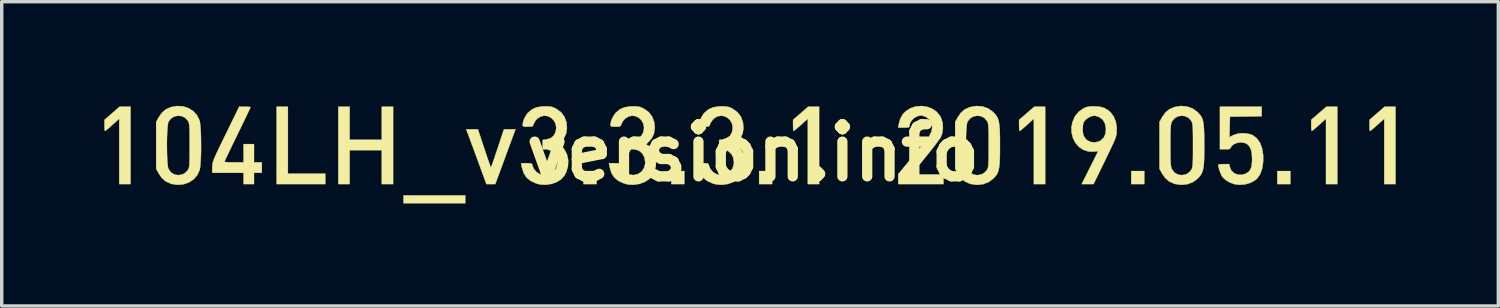
<source format=kicad_pcb>
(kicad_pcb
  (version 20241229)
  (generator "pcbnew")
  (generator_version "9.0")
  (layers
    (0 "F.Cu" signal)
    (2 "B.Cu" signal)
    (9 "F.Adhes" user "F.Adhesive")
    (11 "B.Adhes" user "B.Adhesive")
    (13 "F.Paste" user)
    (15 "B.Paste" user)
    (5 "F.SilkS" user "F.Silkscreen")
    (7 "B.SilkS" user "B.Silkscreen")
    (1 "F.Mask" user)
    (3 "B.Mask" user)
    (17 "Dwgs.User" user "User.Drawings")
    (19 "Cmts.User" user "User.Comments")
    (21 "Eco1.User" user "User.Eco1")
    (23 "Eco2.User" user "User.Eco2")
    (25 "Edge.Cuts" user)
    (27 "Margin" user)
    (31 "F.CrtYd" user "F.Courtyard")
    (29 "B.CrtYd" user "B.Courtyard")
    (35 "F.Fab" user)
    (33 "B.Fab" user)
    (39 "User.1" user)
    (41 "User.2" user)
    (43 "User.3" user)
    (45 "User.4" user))
  (footprint "version.info"
    (layer "F.Cu")
    (at 18.972 1.418)
    (property "Reference" "version.info" (at 0 0 0) (layer "F.SilkS") (effects (font (size 1.524 1.524) (thickness 0.3))))
    (attr through_hole)
    (fp_poly (pts (xy -8.416 1.475) (xy -10.221 1.475) (xy -10.221 1.246) (xy -8.416 1.246) (xy -8.416 1.475)) (stroke (width 0.01) (type solid)) (fill yes) (layer "F.SilkS"))
    (fp_poly (pts (xy -4.577 0.915) (xy -4.958 0.915) (xy -4.958 0.534) (xy -4.577 0.534) (xy -4.577 0.915)) (stroke (width 0.01) (type solid)) (fill yes) (layer "F.SilkS"))
    (fp_poly (pts (xy -2.009 0.915) (xy -2.39 0.915) (xy -2.39 0.534) (xy -2.009 0.534) (xy -2.009 0.915)) (stroke (width 0.01) (type solid)) (fill yes) (layer "F.SilkS"))
    (fp_poly (pts (xy 0.559 0.915) (xy 0.178 0.915) (xy 0.178 0.534) (xy 0.559 0.534) (xy 0.559 0.915)) (stroke (width 0.01) (type solid)) (fill yes) (layer "F.SilkS"))
    (fp_poly (pts (xy 11.441 0.915) (xy 11.06 0.915) (xy 11.06 0.534) (xy 11.441 0.534) (xy 11.441 0.915)) (stroke (width 0.01) (type solid)) (fill yes) (layer "F.SilkS"))
    (fp_poly (pts (xy 15.713 0.915) (xy 15.332 0.915) (xy 15.332 0.534) (xy 15.713 0.534) (xy 15.713 0.915)) (stroke (width 0.01) (type solid)) (fill yes) (layer "F.SilkS"))
    (fp_poly (pts (xy -13.603 0.61) (xy -12.509 0.61) (xy -12.509 0.915) (xy -13.933 0.915) (xy -13.933 -1.348) (xy -13.603 -1.348) (xy -13.603 0.61)) (stroke (width 0.01) (type solid)) (fill yes) (layer "F.SilkS"))
    (fp_poly (pts (xy -11.797 -0.381) (xy -10.857 -0.381) (xy -10.857 -1.348) (xy -10.526 -1.348) (xy -10.526 0.915) (xy -10.857 0.915) (xy -10.857 -0.076) (xy -11.797 -0.076) (xy -11.797 0.915) (xy -12.128 0.915) (xy -12.128 -1.348) (xy -11.797 -1.348) (xy -11.797 -0.381)) (stroke (width 0.01) (type solid)) (fill yes) (layer "F.SilkS"))
    (fp_poly (pts (xy -18.205 0.915) (xy -18.535 0.915) (xy -18.535 -0.997) (xy -18.736 -0.816) (xy -18.819 -0.742) (xy -18.889 -0.683) (xy -18.936 -0.645) (xy -18.952 -0.636) (xy -18.96 -0.659) (xy -18.965 -0.719) (xy -18.967 -0.8) (xy -18.967 -0.964) (xy -18.745 -1.156) (xy -18.523 -1.348) (xy -18.205 -1.348) (xy -18.205 0.915)) (stroke (width 0.01) (type solid)) (fill yes) (layer "F.SilkS"))
    (fp_poly (pts (xy 1.932 0.915) (xy 1.602 0.915) (xy 1.602 -0.997) (xy 1.401 -0.816) (xy 1.318 -0.742) (xy 1.248 -0.683) (xy 1.201 -0.645) (xy 1.185 -0.636) (xy 1.177 -0.659) (xy 1.172 -0.719) (xy 1.17 -0.8) (xy 1.17 -0.964) (xy 1.392 -1.156) (xy 1.614 -1.348) (xy 1.932 -1.348) (xy 1.932 0.915)) (stroke (width 0.01) (type solid)) (fill yes) (layer "F.SilkS"))
    (fp_poly (pts (xy 8.543 0.915) (xy 8.212 0.915) (xy 8.212 -0.997) (xy 8.012 -0.816) (xy 7.928 -0.742) (xy 7.859 -0.683) (xy 7.812 -0.645) (xy 7.796 -0.636) (xy 7.788 -0.659) (xy 7.782 -0.719) (xy 7.78 -0.8) (xy 7.78 -0.964) (xy 8.002 -1.156) (xy 8.225 -1.348) (xy 8.543 -1.348) (xy 8.543 0.915)) (stroke (width 0.01) (type solid)) (fill yes) (layer "F.SilkS"))
    (fp_poly (pts (xy 17.086 0.915) (xy 16.755 0.915) (xy 16.755 -0.997) (xy 16.555 -0.816) (xy 16.471 -0.742) (xy 16.402 -0.683) (xy 16.354 -0.645) (xy 16.339 -0.636) (xy 16.331 -0.659) (xy 16.325 -0.719) (xy 16.323 -0.8) (xy 16.323 -0.964) (xy 16.545 -1.156) (xy 16.767 -1.348) (xy 17.086 -1.348) (xy 17.086 0.915)) (stroke (width 0.01) (type solid)) (fill yes) (layer "F.SilkS"))
    (fp_poly (pts (xy 18.789 0.915) (xy 18.459 0.915) (xy 18.459 -0.997) (xy 18.258 -0.816) (xy 18.175 -0.742) (xy 18.105 -0.683) (xy 18.058 -0.645) (xy 18.042 -0.636) (xy 18.034 -0.659) (xy 18.029 -0.719) (xy 18.027 -0.8) (xy 18.027 -0.964) (xy 18.249 -1.156) (xy 18.471 -1.348) (xy 18.789 -1.348) (xy 18.789 0.915)) (stroke (width 0.01) (type solid)) (fill yes) (layer "F.SilkS"))
    (fp_poly (pts (xy -7.86 -0.127) (xy -7.807 0.031) (xy -7.76 0.173) (xy -7.719 0.29) (xy -7.688 0.376) (xy -7.67 0.424) (xy -7.666 0.432) (xy -7.656 0.409) (xy -7.632 0.345) (xy -7.597 0.245) (xy -7.553 0.117) (xy -7.503 -0.032) (xy -7.471 -0.127) (xy -7.285 -0.686) (xy -6.947 -0.686) (xy -7.123 -0.21) (xy -7.188 -0.035) (xy -7.256 0.15) (xy -7.322 0.33) (xy -7.381 0.49) (xy -7.418 0.591) (xy -7.538 0.915) (xy -7.798 0.915) (xy -8.047 0.235) (xy -8.114 0.053) (xy -8.177 -0.12) (xy -8.235 -0.275) (xy -8.283 -0.406) (xy -8.32 -0.504) (xy -8.342 -0.563) (xy -8.343 -0.566) (xy -8.39 -0.686) (xy -8.046 -0.686) (xy -7.86 -0.127)) (stroke (width 0.01) (type solid)) (fill yes) (layer "F.SilkS"))
    (fp_poly (pts (xy -14.777 -1.345) (xy -14.718 -1.34) (xy -14.696 -1.333) (xy -14.707 -1.307) (xy -14.737 -1.242) (xy -14.785 -1.141) (xy -14.847 -1.011) (xy -14.922 -0.856) (xy -15.006 -0.682) (xy -15.077 -0.536) (xy -15.167 -0.352) (xy -15.249 -0.182) (xy -15.322 -0.031) (xy -15.381 0.093) (xy -15.426 0.188) (xy -15.452 0.246) (xy -15.459 0.263) (xy -15.435 0.269) (xy -15.371 0.275) (xy -15.276 0.279) (xy -15.179 0.28) (xy -14.899 0.28) (xy -14.899 -0.254) (xy -14.594 -0.254) (xy -14.594 0.28) (xy -14.365 0.28) (xy -14.365 0.585) (xy -14.594 0.585) (xy -14.594 0.915) (xy -14.899 0.915) (xy -14.899 0.585) (xy -15.815 0.585) (xy -15.815 0.424) (xy -15.814 0.379) (xy -15.81 0.338) (xy -15.802 0.293) (xy -15.786 0.24) (xy -15.76 0.173) (xy -15.723 0.087) (xy -15.672 -0.024) (xy -15.605 -0.164) (xy -15.52 -0.339) (xy -15.421 -0.543) (xy -15.027 -1.348) (xy -14.861 -1.348) (xy -14.777 -1.345)) (stroke (width 0.01) (type solid)) (fill yes) (layer "F.SilkS"))
    (fp_poly (pts (xy 9.979 -1.359) (xy 10.144 -1.347) (xy 10.277 -1.309) (xy 10.392 -1.239) (xy 10.46 -1.178) (xy 10.549 -1.058) (xy 10.608 -0.908) (xy 10.637 -0.74) (xy 10.632 -0.567) (xy 10.605 -0.445) (xy 10.585 -0.395) (xy 10.547 -0.307) (xy 10.492 -0.188) (xy 10.424 -0.044) (xy 10.347 0.116) (xy 10.265 0.286) (xy 9.957 0.915) (xy 9.611 0.915) (xy 9.852 0.433) (xy 10.093 -0.048) (xy 9.97 -0.034) (xy 9.808 -0.038) (xy 9.661 -0.085) (xy 9.534 -0.17) (xy 9.431 -0.285) (xy 9.357 -0.426) (xy 9.316 -0.585) (xy 9.313 -0.741) (xy 9.641 -0.741) (xy 9.643 -0.597) (xy 9.673 -0.487) (xy 9.737 -0.397) (xy 9.769 -0.368) (xy 9.864 -0.319) (xy 9.979 -0.304) (xy 10.097 -0.325) (xy 10.165 -0.357) (xy 10.253 -0.439) (xy 10.305 -0.554) (xy 10.319 -0.698) (xy 10.317 -0.731) (xy 10.288 -0.867) (xy 10.225 -0.969) (xy 10.122 -1.045) (xy 10.11 -1.051) (xy 9.993 -1.085) (xy 9.878 -1.067) (xy 9.765 -0.999) (xy 9.744 -0.981) (xy 9.692 -0.928) (xy 9.662 -0.877) (xy 9.648 -0.809) (xy 9.641 -0.741) (xy 9.313 -0.741) (xy 9.313 -0.756) (xy 9.342 -0.901) (xy 9.416 -1.07) (xy 9.524 -1.202) (xy 9.644 -1.287) (xy 9.72 -1.325) (xy 9.788 -1.347) (xy 9.867 -1.357) (xy 9.977 -1.359) (xy 9.979 -1.359)) (stroke (width 0.01) (type solid)) (fill yes) (layer "F.SilkS"))
    (fp_poly (pts (xy 5.085 -1.347) (xy 5.235 -1.291) (xy 5.366 -1.201) (xy 5.468 -1.08) (xy 5.501 -1.017) (xy 5.543 -0.873) (xy 5.553 -0.716) (xy 5.531 -0.563) (xy 5.487 -0.451) (xy 5.453 -0.399) (xy 5.391 -0.315) (xy 5.309 -0.206) (xy 5.21 -0.08) (xy 5.101 0.057) (xy 5.038 0.134) (xy 4.93 0.267) (xy 4.834 0.386) (xy 4.754 0.487) (xy 4.695 0.563) (xy 4.66 0.609) (xy 4.653 0.621) (xy 4.677 0.626) (xy 4.744 0.63) (xy 4.846 0.633) (xy 4.974 0.635) (xy 5.111 0.636) (xy 5.568 0.636) (xy 5.568 0.915) (xy 4.246 0.915) (xy 4.247 0.769) (xy 4.248 0.623) (xy 4.669 0.114) (xy 4.788 -0.029) (xy 4.899 -0.167) (xy 4.998 -0.29) (xy 5.08 -0.394) (xy 5.138 -0.47) (xy 5.164 -0.507) (xy 5.223 -0.635) (xy 5.239 -0.762) (xy 5.214 -0.88) (xy 5.151 -0.979) (xy 5.052 -1.051) (xy 5.014 -1.067) (xy 4.938 -1.089) (xy 4.876 -1.089) (xy 4.8 -1.067) (xy 4.706 -1.015) (xy 4.63 -0.937) (xy 4.585 -0.848) (xy 4.577 -0.797) (xy 4.573 -0.765) (xy 4.555 -0.747) (xy 4.512 -0.739) (xy 4.431 -0.737) (xy 4.41 -0.737) (xy 4.244 -0.737) (xy 4.261 -0.833) (xy 4.307 -0.999) (xy 4.382 -1.13) (xy 4.458 -1.209) (xy 4.6 -1.302) (xy 4.758 -1.354) (xy 4.923 -1.369) (xy 5.085 -1.347)) (stroke (width 0.01) (type solid)) (fill yes) (layer "F.SilkS"))
    (fp_poly (pts (xy 14.874 -1.069) (xy 14.41 -1.062) (xy 13.946 -1.055) (xy 13.939 -0.756) (xy 13.932 -0.458) (xy 14.04 -0.515) (xy 14.17 -0.559) (xy 14.32 -0.574) (xy 14.472 -0.56) (xy 14.605 -0.518) (xy 14.615 -0.513) (xy 14.735 -0.422) (xy 14.826 -0.291) (xy 14.888 -0.125) (xy 14.918 0.072) (xy 14.917 0.271) (xy 14.888 0.467) (xy 14.831 0.624) (xy 14.744 0.748) (xy 14.699 0.79) (xy 14.563 0.872) (xy 14.4 0.922) (xy 14.226 0.937) (xy 14.073 0.917) (xy 13.94 0.869) (xy 13.82 0.796) (xy 13.731 0.71) (xy 13.718 0.692) (xy 13.676 0.61) (xy 13.637 0.506) (xy 13.61 0.405) (xy 13.603 0.35) (xy 13.626 0.34) (xy 13.686 0.333) (xy 13.765 0.331) (xy 13.927 0.331) (xy 13.944 0.418) (xy 13.986 0.518) (xy 14.064 0.593) (xy 14.166 0.637) (xy 14.282 0.645) (xy 14.399 0.615) (xy 14.484 0.564) (xy 14.542 0.495) (xy 14.577 0.399) (xy 14.592 0.266) (xy 14.594 0.18) (xy 14.586 0.02) (xy 14.56 -0.101) (xy 14.513 -0.191) (xy 14.454 -0.25) (xy 14.369 -0.291) (xy 14.266 -0.304) (xy 14.161 -0.291) (xy 14.066 -0.255) (xy 13.997 -0.199) (xy 13.972 -0.154) (xy 13.955 -0.124) (xy 13.922 -0.108) (xy 13.858 -0.102) (xy 13.804 -0.102) (xy 13.653 -0.102) (xy 13.653 -1.348) (xy 14.874 -1.348) (xy 14.874 -1.069)) (stroke (width 0.01) (type solid)) (fill yes) (layer "F.SilkS"))
    (fp_poly (pts (xy -16.668 -1.357) (xy -16.509 -1.305) (xy -16.371 -1.219) (xy -16.262 -1.1) (xy -16.189 -0.953) (xy -16.185 -0.938) (xy -16.17 -0.857) (xy -16.158 -0.736) (xy -16.149 -0.583) (xy -16.144 -0.41) (xy -16.142 -0.226) (xy -16.143 -0.042) (xy -16.148 0.133) (xy -16.157 0.288) (xy -16.168 0.413) (xy -16.183 0.5) (xy -16.185 0.506) (xy -16.254 0.655) (xy -16.36 0.776) (xy -16.496 0.866) (xy -16.653 0.921) (xy -16.824 0.937) (xy -17.001 0.912) (xy -17.029 0.903) (xy -17.176 0.836) (xy -17.295 0.73) (xy -17.379 0.607) (xy -17.455 0.47) (xy -17.455 -0.291) (xy -17.141 -0.291) (xy -17.141 -0.119) (xy -17.137 0.048) (xy -17.131 0.2) (xy -17.122 0.328) (xy -17.11 0.423) (xy -17.096 0.471) (xy -17.023 0.573) (xy -16.923 0.635) (xy -16.804 0.655) (xy -16.677 0.629) (xy -16.666 0.624) (xy -16.592 0.577) (xy -16.531 0.51) (xy -16.527 0.504) (xy -16.511 0.475) (xy -16.499 0.442) (xy -16.49 0.398) (xy -16.484 0.337) (xy -16.48 0.252) (xy -16.477 0.137) (xy -16.476 -0.016) (xy -16.476 -0.213) (xy -16.476 -0.216) (xy -16.476 -0.414) (xy -16.477 -0.567) (xy -16.479 -0.683) (xy -16.484 -0.768) (xy -16.49 -0.83) (xy -16.499 -0.873) (xy -16.511 -0.906) (xy -16.527 -0.936) (xy -16.527 -0.936) (xy -16.606 -1.023) (xy -16.708 -1.072) (xy -16.819 -1.084) (xy -16.928 -1.06) (xy -17.024 -1.001) (xy -17.095 -0.907) (xy -17.096 -0.904) (xy -17.111 -0.845) (xy -17.123 -0.745) (xy -17.132 -0.613) (xy -17.138 -0.459) (xy -17.141 -0.291) (xy -17.455 -0.291) (xy -17.455 -0.903) (xy -17.379 -1.039) (xy -17.282 -1.178) (xy -17.164 -1.275) (xy -17.019 -1.337) (xy -16.841 -1.368) (xy -16.668 -1.357)) (stroke (width 0.01) (type solid)) (fill yes) (layer "F.SilkS"))
    (fp_poly (pts (xy 6.711 -1.355) (xy 6.876 -1.297) (xy 7.018 -1.195) (xy 7.031 -1.183) (xy 7.085 -1.124) (xy 7.129 -1.065) (xy 7.162 -0.998) (xy 7.186 -0.918) (xy 7.202 -0.816) (xy 7.213 -0.688) (xy 7.219 -0.524) (xy 7.221 -0.32) (xy 7.221 -0.216) (xy 7.22 0.008) (xy 7.216 0.189) (xy 7.208 0.332) (xy 7.194 0.444) (xy 7.173 0.533) (xy 7.144 0.605) (xy 7.106 0.666) (xy 7.056 0.725) (xy 7.031 0.751) (xy 6.892 0.855) (xy 6.73 0.918) (xy 6.553 0.938) (xy 6.371 0.913) (xy 6.337 0.903) (xy 6.19 0.836) (xy 6.071 0.73) (xy 5.987 0.607) (xy 5.911 0.47) (xy 5.911 -0.291) (xy 6.225 -0.291) (xy 6.225 -0.119) (xy 6.229 0.048) (xy 6.235 0.2) (xy 6.244 0.328) (xy 6.256 0.423) (xy 6.27 0.471) (xy 6.343 0.573) (xy 6.443 0.635) (xy 6.562 0.655) (xy 6.689 0.629) (xy 6.7 0.624) (xy 6.773 0.577) (xy 6.835 0.51) (xy 6.839 0.504) (xy 6.855 0.475) (xy 6.867 0.442) (xy 6.876 0.398) (xy 6.882 0.337) (xy 6.886 0.252) (xy 6.889 0.137) (xy 6.89 -0.016) (xy 6.89 -0.213) (xy 6.89 -0.216) (xy 6.89 -0.414) (xy 6.889 -0.567) (xy 6.886 -0.683) (xy 6.882 -0.768) (xy 6.876 -0.83) (xy 6.867 -0.873) (xy 6.855 -0.906) (xy 6.839 -0.936) (xy 6.839 -0.936) (xy 6.76 -1.023) (xy 6.658 -1.072) (xy 6.547 -1.084) (xy 6.438 -1.06) (xy 6.342 -1.001) (xy 6.271 -0.907) (xy 6.27 -0.904) (xy 6.255 -0.845) (xy 6.243 -0.745) (xy 6.234 -0.613) (xy 6.228 -0.459) (xy 6.225 -0.291) (xy 5.911 -0.291) (xy 5.911 -0.903) (xy 5.987 -1.039) (xy 6.084 -1.178) (xy 6.202 -1.275) (xy 6.347 -1.337) (xy 6.532 -1.369) (xy 6.711 -1.355)) (stroke (width 0.01) (type solid)) (fill yes) (layer "F.SilkS"))
    (fp_poly (pts (xy 12.686 -1.355) (xy 12.851 -1.297) (xy 12.993 -1.195) (xy 13.006 -1.183) (xy 13.06 -1.124) (xy 13.104 -1.065) (xy 13.137 -0.998) (xy 13.161 -0.918) (xy 13.177 -0.816) (xy 13.188 -0.688) (xy 13.193 -0.524) (xy 13.196 -0.32) (xy 13.196 -0.216) (xy 13.195 0.008) (xy 13.191 0.189) (xy 13.183 0.332) (xy 13.169 0.444) (xy 13.148 0.533) (xy 13.119 0.605) (xy 13.081 0.666) (xy 13.031 0.725) (xy 13.006 0.751) (xy 12.867 0.855) (xy 12.705 0.918) (xy 12.528 0.938) (xy 12.346 0.913) (xy 12.312 0.903) (xy 12.165 0.836) (xy 12.046 0.73) (xy 11.962 0.607) (xy 11.886 0.47) (xy 11.886 -0.216) (xy 12.204 -0.216) (xy 12.205 -0.017) (xy 12.207 0.138) (xy 12.21 0.256) (xy 12.216 0.342) (xy 12.224 0.404) (xy 12.235 0.448) (xy 12.245 0.471) (xy 12.318 0.573) (xy 12.418 0.635) (xy 12.536 0.655) (xy 12.664 0.629) (xy 12.675 0.624) (xy 12.748 0.577) (xy 12.81 0.51) (xy 12.814 0.504) (xy 12.83 0.475) (xy 12.842 0.442) (xy 12.851 0.398) (xy 12.857 0.337) (xy 12.861 0.252) (xy 12.864 0.137) (xy 12.865 -0.016) (xy 12.865 -0.213) (xy 12.865 -0.216) (xy 12.865 -0.414) (xy 12.864 -0.567) (xy 12.861 -0.683) (xy 12.857 -0.768) (xy 12.851 -0.83) (xy 12.842 -0.873) (xy 12.83 -0.906) (xy 12.814 -0.936) (xy 12.814 -0.936) (xy 12.734 -1.023) (xy 12.633 -1.072) (xy 12.522 -1.084) (xy 12.413 -1.06) (xy 12.317 -1.001) (xy 12.246 -0.907) (xy 12.245 -0.904) (xy 12.231 -0.868) (xy 12.221 -0.818) (xy 12.214 -0.749) (xy 12.209 -0.653) (xy 12.206 -0.524) (xy 12.204 -0.356) (xy 12.204 -0.216) (xy 11.886 -0.216) (xy 11.886 -0.903) (xy 11.962 -1.039) (xy 12.059 -1.178) (xy 12.177 -1.275) (xy 12.322 -1.337) (xy 12.507 -1.369) (xy 12.686 -1.355)) (stroke (width 0.01) (type solid)) (fill yes) (layer "F.SilkS"))
    (fp_poly (pts (xy -5.978 -1.356) (xy -5.897 -1.346) (xy -5.828 -1.323) (xy -5.754 -1.286) (xy -5.613 -1.183) (xy -5.514 -1.052) (xy -5.457 -0.893) (xy -5.442 -0.725) (xy -5.464 -0.568) (xy -5.528 -0.427) (xy -5.62 -0.321) (xy -5.67 -0.274) (xy -5.683 -0.245) (xy -5.668 -0.227) (xy -5.626 -0.207) (xy -5.613 -0.204) (xy -5.588 -0.185) (xy -5.547 -0.136) (xy -5.519 -0.1) (xy -5.441 0.05) (xy -5.405 0.217) (xy -5.412 0.391) (xy -5.461 0.562) (xy -5.516 0.667) (xy -5.612 0.775) (xy -5.743 0.857) (xy -5.898 0.912) (xy -6.064 0.936) (xy -6.232 0.926) (xy -6.344 0.896) (xy -6.506 0.821) (xy -6.626 0.722) (xy -6.708 0.594) (xy -6.758 0.431) (xy -6.761 0.419) (xy -6.782 0.305) (xy -6.623 0.305) (xy -6.536 0.306) (xy -6.487 0.314) (xy -6.463 0.332) (xy -6.452 0.368) (xy -6.45 0.378) (xy -6.407 0.479) (xy -6.328 0.567) (xy -6.228 0.627) (xy -6.2 0.637) (xy -6.061 0.652) (xy -5.936 0.623) (xy -5.834 0.555) (xy -5.76 0.455) (xy -5.724 0.328) (xy -5.721 0.28) (xy -5.742 0.141) (xy -5.801 0.028) (xy -5.891 -0.053) (xy -6.008 -0.096) (xy -6.07 -0.102) (xy -6.153 -0.102) (xy -6.153 -0.375) (xy -6.047 -0.389) (xy -5.922 -0.426) (xy -5.831 -0.499) (xy -5.775 -0.607) (xy -5.755 -0.734) (xy -5.775 -0.849) (xy -5.826 -0.946) (xy -5.903 -1.021) (xy -5.997 -1.069) (xy -6.1 -1.085) (xy -6.205 -1.064) (xy -6.304 -1.003) (xy -6.343 -0.963) (xy -6.39 -0.896) (xy -6.42 -0.832) (xy -6.423 -0.824) (xy -6.436 -0.79) (xy -6.462 -0.771) (xy -6.515 -0.764) (xy -6.588 -0.763) (xy -6.671 -0.764) (xy -6.716 -0.771) (xy -6.734 -0.791) (xy -6.737 -0.827) (xy -6.737 -0.833) (xy -6.72 -0.924) (xy -6.676 -1.03) (xy -6.615 -1.13) (xy -6.579 -1.174) (xy -6.463 -1.27) (xy -6.327 -1.33) (xy -6.16 -1.356) (xy -6.089 -1.359) (xy -5.978 -1.356)) (stroke (width 0.01) (type solid)) (fill yes) (layer "F.SilkS"))
    (fp_poly (pts (xy -3.41 -1.356) (xy -3.329 -1.346) (xy -3.26 -1.323) (xy -3.186 -1.286) (xy -3.045 -1.183) (xy -2.946 -1.052) (xy -2.889 -0.893) (xy -2.874 -0.725) (xy -2.896 -0.568) (xy -2.96 -0.427) (xy -3.052 -0.321) (xy -3.102 -0.274) (xy -3.115 -0.245) (xy -3.1 -0.227) (xy -3.058 -0.207) (xy -3.045 -0.204) (xy -3.02 -0.185) (xy -2.979 -0.136) (xy -2.951 -0.1) (xy -2.873 0.05) (xy -2.837 0.217) (xy -2.844 0.391) (xy -2.893 0.562) (xy -2.948 0.667) (xy -3.044 0.775) (xy -3.175 0.857) (xy -3.33 0.912) (xy -3.497 0.936) (xy -3.664 0.926) (xy -3.776 0.896) (xy -3.938 0.821) (xy -4.058 0.722) (xy -4.14 0.594) (xy -4.19 0.431) (xy -4.193 0.419) (xy -4.214 0.305) (xy -4.055 0.305) (xy -3.968 0.306) (xy -3.919 0.314) (xy -3.895 0.332) (xy -3.884 0.368) (xy -3.882 0.378) (xy -3.839 0.479) (xy -3.76 0.567) (xy -3.66 0.627) (xy -3.632 0.637) (xy -3.493 0.652) (xy -3.368 0.623) (xy -3.266 0.555) (xy -3.192 0.455) (xy -3.156 0.328) (xy -3.153 0.28) (xy -3.174 0.141) (xy -3.233 0.028) (xy -3.323 -0.053) (xy -3.44 -0.096) (xy -3.502 -0.102) (xy -3.585 -0.102) (xy -3.585 -0.375) (xy -3.479 -0.389) (xy -3.354 -0.426) (xy -3.263 -0.499) (xy -3.207 -0.607) (xy -3.187 -0.734) (xy -3.207 -0.849) (xy -3.259 -0.946) (xy -3.335 -1.021) (xy -3.429 -1.069) (xy -3.532 -1.085) (xy -3.637 -1.064) (xy -3.736 -1.003) (xy -3.775 -0.963) (xy -3.822 -0.896) (xy -3.852 -0.832) (xy -3.855 -0.824) (xy -3.868 -0.79) (xy -3.894 -0.771) (xy -3.947 -0.764) (xy -4.02 -0.763) (xy -4.103 -0.764) (xy -4.148 -0.771) (xy -4.166 -0.791) (xy -4.169 -0.827) (xy -4.169 -0.833) (xy -4.152 -0.924) (xy -4.108 -1.03) (xy -4.047 -1.13) (xy -4.011 -1.174) (xy -3.895 -1.27) (xy -3.759 -1.33) (xy -3.592 -1.356) (xy -3.521 -1.359) (xy -3.41 -1.356)) (stroke (width 0.01) (type solid)) (fill yes) (layer "F.SilkS"))
    (fp_poly (pts (xy -0.816 -1.356) (xy -0.736 -1.346) (xy -0.666 -1.323) (xy -0.592 -1.286) (xy -0.451 -1.183) (xy -0.353 -1.052) (xy -0.296 -0.893) (xy -0.28 -0.725) (xy -0.303 -0.568) (xy -0.366 -0.427) (xy -0.458 -0.321) (xy -0.509 -0.274) (xy -0.522 -0.245) (xy -0.507 -0.227) (xy -0.465 -0.207) (xy -0.451 -0.204) (xy -0.427 -0.185) (xy -0.385 -0.136) (xy -0.358 -0.1) (xy -0.279 0.05) (xy -0.244 0.217) (xy -0.25 0.391) (xy -0.299 0.562) (xy -0.355 0.667) (xy -0.451 0.775) (xy -0.582 0.857) (xy -0.736 0.912) (xy -0.903 0.936) (xy -1.071 0.926) (xy -1.183 0.896) (xy -1.345 0.821) (xy -1.464 0.722) (xy -1.547 0.594) (xy -1.597 0.431) (xy -1.599 0.419) (xy -1.621 0.305) (xy -1.462 0.305) (xy -1.375 0.306) (xy -1.326 0.314) (xy -1.302 0.332) (xy -1.29 0.368) (xy -1.289 0.378) (xy -1.245 0.479) (xy -1.166 0.567) (xy -1.067 0.627) (xy -1.038 0.637) (xy -0.9 0.652) (xy -0.775 0.623) (xy -0.672 0.555) (xy -0.599 0.455) (xy -0.562 0.328) (xy -0.559 0.28) (xy -0.58 0.141) (xy -0.639 0.028) (xy -0.73 -0.053) (xy -0.847 -0.096) (xy -0.909 -0.102) (xy -0.992 -0.102) (xy -0.992 -0.375) (xy -0.886 -0.389) (xy -0.76 -0.426) (xy -0.67 -0.499) (xy -0.614 -0.607) (xy -0.594 -0.734) (xy -0.613 -0.849) (xy -0.665 -0.946) (xy -0.742 -1.021) (xy -0.835 -1.069) (xy -0.938 -1.085) (xy -1.043 -1.064) (xy -1.143 -1.003) (xy -1.181 -0.963) (xy -1.228 -0.896) (xy -1.259 -0.832) (xy -1.261 -0.824) (xy -1.275 -0.79) (xy -1.301 -0.771) (xy -1.354 -0.764) (xy -1.427 -0.763) (xy -1.51 -0.764) (xy -1.555 -0.771) (xy -1.573 -0.791) (xy -1.576 -0.827) (xy -1.576 -0.833) (xy -1.559 -0.924) (xy -1.515 -1.03) (xy -1.454 -1.13) (xy -1.418 -1.174) (xy -1.302 -1.27) (xy -1.165 -1.33) (xy -0.999 -1.356) (xy -0.928 -1.359) (xy -0.816 -1.356)) (stroke (width 0.01) (type solid)) (fill yes) (layer "F.SilkS")))
  (gr_rect
    (start -3 -3)
    (end 40.767 5.898)
    (stroke (width 0.1) (type default))
    (fill no)
    (layer "Edge.Cuts")))
</source>
